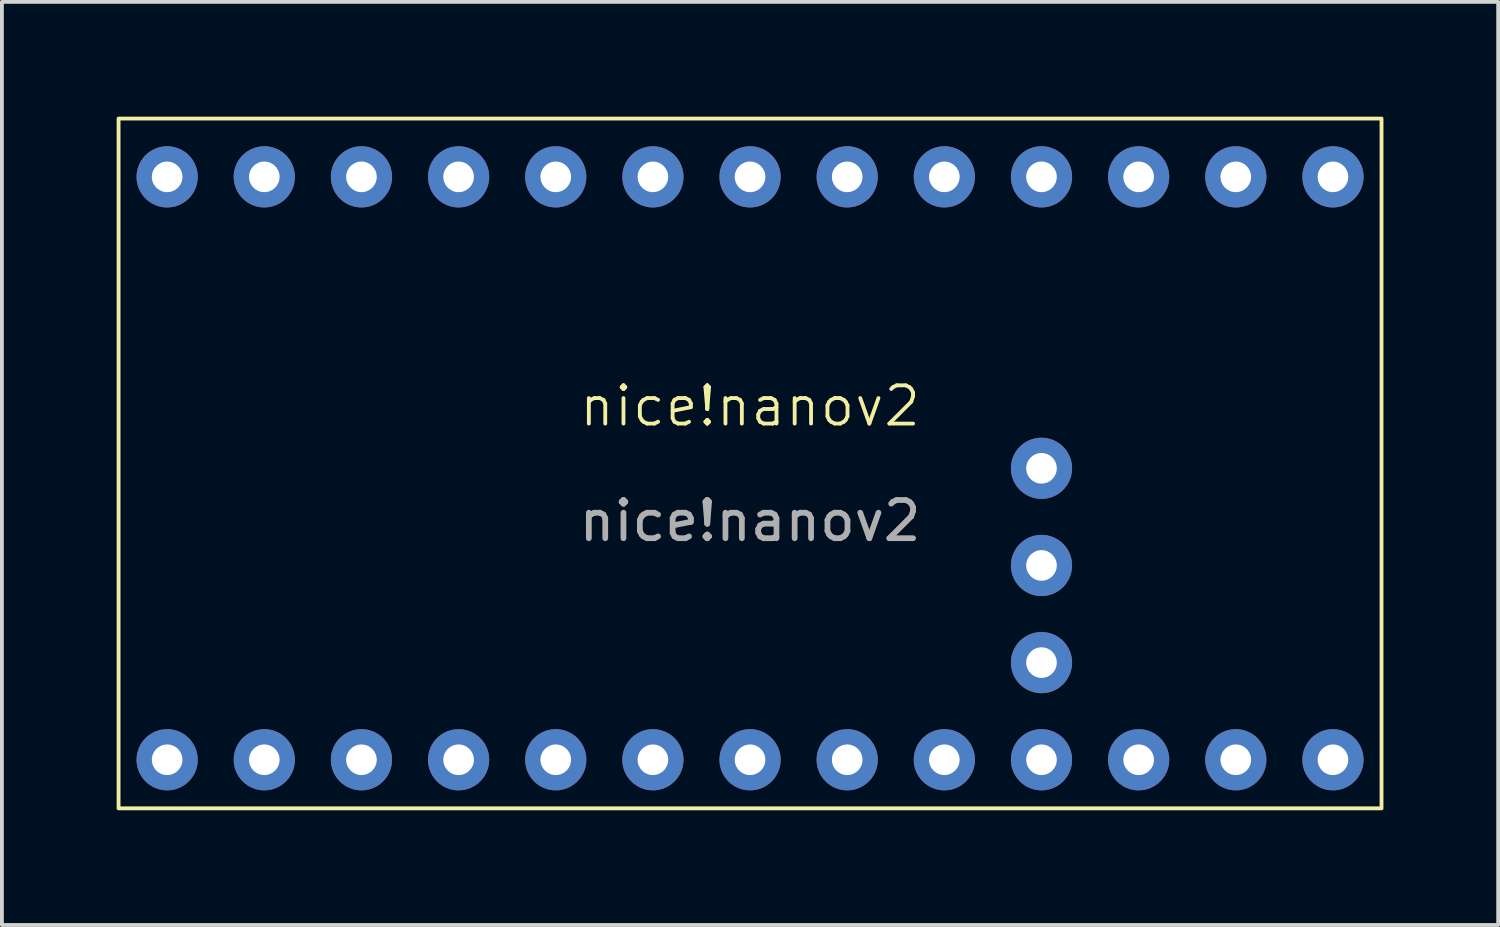
<source format=kicad_pcb>
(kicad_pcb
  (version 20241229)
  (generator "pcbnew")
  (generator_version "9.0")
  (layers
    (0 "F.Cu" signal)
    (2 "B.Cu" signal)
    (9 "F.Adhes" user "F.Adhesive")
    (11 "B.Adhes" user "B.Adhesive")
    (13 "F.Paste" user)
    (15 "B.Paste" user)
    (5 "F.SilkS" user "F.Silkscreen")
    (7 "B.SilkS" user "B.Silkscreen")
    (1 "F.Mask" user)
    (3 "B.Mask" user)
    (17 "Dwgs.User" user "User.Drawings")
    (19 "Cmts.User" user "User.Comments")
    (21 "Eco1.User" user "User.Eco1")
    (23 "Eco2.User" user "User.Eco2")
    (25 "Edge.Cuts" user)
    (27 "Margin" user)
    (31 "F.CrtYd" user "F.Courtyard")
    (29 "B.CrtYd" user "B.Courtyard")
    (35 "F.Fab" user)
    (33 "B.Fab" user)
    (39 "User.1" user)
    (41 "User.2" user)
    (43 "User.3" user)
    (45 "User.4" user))
  (footprint "nice!nanov2"
    (layer "F.Cu")
    (at 16.56 10.337)
    (property "Reference" "nice!nanov2" (at 0 -2.77 0) (unlocked yes) (layer "F.SilkS") (effects (font (size 1 1) (thickness 0.1))))
    (attr through_hole)
    (fp_rect (start -16.51 -10.287) (end 16.51 7.747) (stroke (width 0.1) (type default)) (fill no) (layer "F.SilkS"))
    (fp_text user "${REFERENCE}" (at 0 0.23 0) (unlocked yes) (layer "F.Fab") (effects (font (size 1 1) (thickness 0.15))))
    (pad "1" thru_hole circle (at -15.24 6.477) (size 1.6 1.6) (drill 0.8) (layers "*.Cu" "*.Mask"))
    (pad "2" thru_hole circle (at -12.7 6.477) (size 1.6 1.6) (drill 0.8) (layers "*.Cu" "*.Mask"))
    (pad "3" thru_hole circle (at -10.16 6.477) (size 1.6 1.6) (drill 0.8) (layers "*.Cu" "*.Mask"))
    (pad "4" thru_hole circle (at -7.62 6.477) (size 1.6 1.6) (drill 0.8) (layers "*.Cu" "*.Mask"))
    (pad "5" thru_hole circle (at -5.08 6.477) (size 1.6 1.6) (drill 0.8) (layers "*.Cu" "*.Mask"))
    (pad "6" thru_hole circle (at -2.54 6.477) (size 1.6 1.6) (drill 0.8) (layers "*.Cu" "*.Mask"))
    (pad "7" thru_hole circle (at 0 6.477) (size 1.6 1.6) (drill 0.8) (layers "*.Cu" "*.Mask"))
    (pad "8" thru_hole circle (at 2.54 6.477) (size 1.6 1.6) (drill 0.8) (layers "*.Cu" "*.Mask"))
    (pad "9" thru_hole circle (at 5.08 6.477) (size 1.6 1.6) (drill 0.8) (layers "*.Cu" "*.Mask"))
    (pad "10" thru_hole circle (at 7.62 6.477) (size 1.6 1.6) (drill 0.8) (layers "*.Cu" "*.Mask"))
    (pad "11" thru_hole circle (at 10.16 6.477) (size 1.6 1.6) (drill 0.8) (layers "*.Cu" "*.Mask"))
    (pad "12" thru_hole circle (at 12.7 6.477) (size 1.6 1.6) (drill 0.8) (layers "*.Cu" "*.Mask"))
    (pad "13" thru_hole circle (at 15.24 6.477) (size 1.6 1.6) (drill 0.8) (layers "*.Cu" "*.Mask"))
    (pad "14" thru_hole circle (at 15.24 -8.763) (size 1.6 1.6) (drill 0.8) (layers "*.Cu" "*.Mask"))
    (pad "15" thru_hole circle (at 12.7 -8.763) (size 1.6 1.6) (drill 0.8) (layers "*.Cu" "*.Mask"))
    (pad "16" thru_hole circle (at 10.16 -8.763) (size 1.6 1.6) (drill 0.8) (layers "*.Cu" "*.Mask"))
    (pad "17" thru_hole circle (at 7.62 -8.763) (size 1.6 1.6) (drill 0.8) (layers "*.Cu" "*.Mask"))
    (pad "18" thru_hole circle (at 5.08 -8.763) (size 1.6 1.6) (drill 0.8) (layers "*.Cu" "*.Mask"))
    (pad "19" thru_hole circle (at 2.54 -8.763) (size 1.6 1.6) (drill 0.8) (layers "*.Cu" "*.Mask"))
    (pad "20" thru_hole circle (at 0 -8.763) (size 1.6 1.6) (drill 0.8) (layers "*.Cu" "*.Mask"))
    (pad "21" thru_hole circle (at -2.54 -8.763) (size 1.6 1.6) (drill 0.8) (layers "*.Cu" "*.Mask"))
    (pad "22" thru_hole circle (at -5.08 -8.763) (size 1.6 1.6) (drill 0.8) (layers "*.Cu" "*.Mask"))
    (pad "23" thru_hole circle (at -7.62 -8.763) (size 1.6 1.6) (drill 0.8) (layers "*.Cu" "*.Mask"))
    (pad "24" thru_hole circle (at -10.16 -8.763) (size 1.6 1.6) (drill 0.8) (layers "*.Cu" "*.Mask"))
    (pad "25" thru_hole circle (at -12.7 -8.763) (size 1.6 1.6) (drill 0.8) (layers "*.Cu" "*.Mask"))
    (pad "26" thru_hole circle (at -15.24 -8.763) (size 1.6 1.6) (drill 0.8) (layers "*.Cu" "*.Mask"))
    (pad "27" thru_hole circle (at 7.62 3.937) (size 1.6 1.6) (drill 0.8) (layers "*.Cu" "*.Mask"))
    (pad "28" thru_hole circle (at 7.62 1.397) (size 1.6 1.6) (drill 0.8) (layers "*.Cu" "*.Mask"))
    (pad "29" thru_hole circle (at 7.62 -1.143) (size 1.6 1.6) (drill 0.8) (layers "*.Cu" "*.Mask")))
  (gr_rect
    (start -3 -3)
    (end 36.12 21.134)
    (stroke (width 0.1) (type default))
    (fill no)
    (layer "Edge.Cuts")))
</source>
